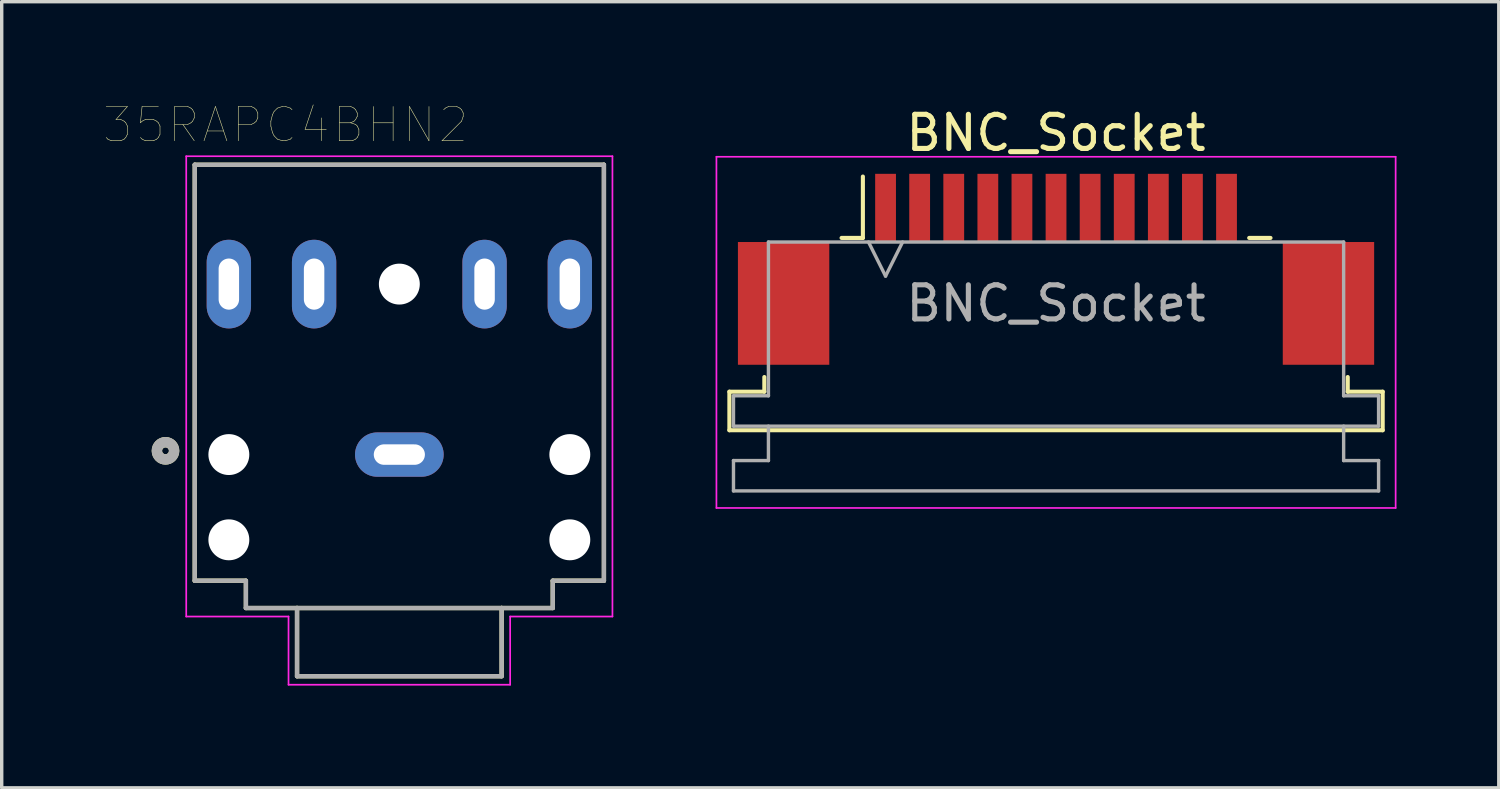
<source format=kicad_pcb>
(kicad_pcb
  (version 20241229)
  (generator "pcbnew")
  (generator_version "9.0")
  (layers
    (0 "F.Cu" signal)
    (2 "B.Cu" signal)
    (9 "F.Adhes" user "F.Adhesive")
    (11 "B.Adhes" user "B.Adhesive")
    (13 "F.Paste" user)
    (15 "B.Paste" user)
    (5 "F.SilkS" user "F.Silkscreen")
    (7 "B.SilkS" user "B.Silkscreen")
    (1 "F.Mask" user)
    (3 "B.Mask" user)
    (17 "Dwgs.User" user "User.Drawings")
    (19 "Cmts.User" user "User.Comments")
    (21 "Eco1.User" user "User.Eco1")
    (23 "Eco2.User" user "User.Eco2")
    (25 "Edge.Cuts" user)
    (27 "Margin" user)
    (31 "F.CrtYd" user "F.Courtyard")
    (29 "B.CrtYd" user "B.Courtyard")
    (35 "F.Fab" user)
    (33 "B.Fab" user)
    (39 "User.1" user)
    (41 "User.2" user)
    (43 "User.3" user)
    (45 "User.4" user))
  (footprint "BNC_Socket"
    (layer "F.Cu")
    (at 27.922 4.848)
    (property "Reference" "BNC_Socket" (at 0 -4 0) (layer "F.SilkS") (effects (font (size 1 1) (thickness 0.15))))
    (attr smd)
    (fp_line (start -9.58 3.59) (end -8.555 3.59) (stroke (width 0.12) (type solid)) (layer "F.SilkS"))
    (fp_line (start -9.58 4.72) (end -9.58 3.59) (stroke (width 0.12) (type solid)) (layer "F.SilkS"))
    (fp_line (start -8.555 3.59) (end -8.555 3.16) (stroke (width 0.12) (type solid)) (layer "F.SilkS"))
    (fp_line (start -6.29 -0.92) (end -5.665 -0.92) (stroke (width 0.12) (type solid)) (layer "F.SilkS"))
    (fp_line (start -5.665 -0.92) (end -5.665 -2.72) (stroke (width 0.12) (type solid)) (layer "F.SilkS"))
    (fp_line (start 5.665 -0.92) (end 6.29 -0.92) (stroke (width 0.12) (type solid)) (layer "F.SilkS"))
    (fp_line (start 8.555 3.16) (end 8.555 3.59) (stroke (width 0.12) (type solid)) (layer "F.SilkS"))
    (fp_line (start 8.555 3.59) (end 9.58 3.59) (stroke (width 0.12) (type solid)) (layer "F.SilkS"))
    (fp_line (start 9.58 3.59) (end 9.58 4.72) (stroke (width 0.12) (type solid)) (layer "F.SilkS"))
    (fp_line (start 9.58 4.72) (end -9.58 4.72) (stroke (width 0.12) (type solid)) (layer "F.SilkS"))
    (fp_line (start -9.96 -3.3) (end -9.96 7) (stroke (width 0.05) (type solid)) (layer "F.CrtYd"))
    (fp_line (start -9.96 7) (end 9.96 7) (stroke (width 0.05) (type solid)) (layer "F.CrtYd"))
    (fp_line (start 9.96 -3.3) (end -9.96 -3.3) (stroke (width 0.05) (type solid)) (layer "F.CrtYd"))
    (fp_line (start 9.96 7) (end 9.96 -3.3) (stroke (width 0.05) (type solid)) (layer "F.CrtYd"))
    (fp_line (start -9.46 3.71) (end -8.435 3.71) (stroke (width 0.1) (type solid)) (layer "F.Fab"))
    (fp_line (start -9.46 4.6) (end -9.46 3.71) (stroke (width 0.1) (type solid)) (layer "F.Fab"))
    (fp_line (start -9.46 5.61) (end -8.435 5.61) (stroke (width 0.1) (type solid)) (layer "F.Fab"))
    (fp_line (start -9.46 6.5) (end -9.46 5.61) (stroke (width 0.1) (type solid)) (layer "F.Fab"))
    (fp_line (start -8.435 -0.8) (end 8.435 -0.8) (stroke (width 0.1) (type solid)) (layer "F.Fab"))
    (fp_line (start -8.435 3.71) (end -8.435 -0.8) (stroke (width 0.1) (type solid)) (layer "F.Fab"))
    (fp_line (start -8.435 5.61) (end -8.435 4.6) (stroke (width 0.1) (type solid)) (layer "F.Fab"))
    (fp_line (start -5.5 -0.8) (end -5 0.2) (stroke (width 0.1) (type solid)) (layer "F.Fab"))
    (fp_line (start -5 0.2) (end -4.5 -0.8) (stroke (width 0.1) (type solid)) (layer "F.Fab"))
    (fp_line (start 8.435 -0.8) (end 8.435 3.71) (stroke (width 0.1) (type solid)) (layer "F.Fab"))
    (fp_line (start 8.435 3.71) (end 9.46 3.71) (stroke (width 0.1) (type solid)) (layer "F.Fab"))
    (fp_line (start 8.435 4.6) (end 8.435 5.61) (stroke (width 0.1) (type solid)) (layer "F.Fab"))
    (fp_line (start 8.435 5.61) (end 9.46 5.61) (stroke (width 0.1) (type solid)) (layer "F.Fab"))
    (fp_line (start 9.46 3.71) (end 9.46 4.6) (stroke (width 0.1) (type solid)) (layer "F.Fab"))
    (fp_line (start 9.46 4.6) (end -9.46 4.6) (stroke (width 0.1) (type solid)) (layer "F.Fab"))
    (fp_line (start 9.46 5.61) (end 9.46 6.5) (stroke (width 0.1) (type solid)) (layer "F.Fab"))
    (fp_line (start 9.46 6.5) (end -9.46 6.5) (stroke (width 0.1) (type solid)) (layer "F.Fab"))
    (fp_text user "${REFERENCE}" (at 0 1 0) (layer "F.Fab") (effects (font (size 1 1) (thickness 0.15))))
    (pad "" smd rect (at -7.99 1) (size 2.68 3.6) (layers "F.Cu" "F.Mask" "F.Paste"))
    (pad "" smd rect (at 7.99 1) (size 2.68 3.6) (layers "F.Cu" "F.Mask" "F.Paste"))
    (pad "1" smd rect (at -5 -1.8) (size 0.61 2) (layers "F.Cu" "F.Mask" "F.Paste"))
    (pad "2" smd rect (at -4 -1.8) (size 0.61 2) (layers "F.Cu" "F.Mask" "F.Paste"))
    (pad "3" smd rect (at -3 -1.8) (size 0.61 2) (layers "F.Cu" "F.Mask" "F.Paste"))
    (pad "4" smd rect (at -2 -1.8) (size 0.61 2) (layers "F.Cu" "F.Mask" "F.Paste"))
    (pad "5" smd rect (at -1 -1.8) (size 0.61 2) (layers "F.Cu" "F.Mask" "F.Paste"))
    (pad "6" smd rect (at 0 -1.8) (size 0.61 2) (layers "F.Cu" "F.Mask" "F.Paste"))
    (pad "7" smd rect (at 1 -1.8) (size 0.61 2) (layers "F.Cu" "F.Mask" "F.Paste"))
    (pad "8" smd rect (at 2 -1.8) (size 0.61 2) (layers "F.Cu" "F.Mask" "F.Paste"))
    (pad "9" smd rect (at 3 -1.8) (size 0.61 2) (layers "F.Cu" "F.Mask" "F.Paste"))
    (pad "10" smd rect (at 4 -1.8) (size 0.61 2) (layers "F.Cu" "F.Mask" "F.Paste"))
    (pad "11" smd rect (at 5 -1.8) (size 0.61 2) (layers "F.Cu" "F.Mask" "F.Paste")))
  (footprint "35RAPC4BHN2"
    (layer "F.Cu")
    (at 8.662 9.282)
    (property "Reference" "35RAPC4BHN2" (at -3.338 -8.668 0) (layer "F.SilkS") (effects (font (size 1.004 1.004) (thickness 0.015))))
    (attr through_hole)
    (fp_line (start -6 -7.5) (end 6 -7.5) (stroke (width 0.127) (type solid)) (layer "F.SilkS"))
    (fp_line (start -6 4.7) (end -6 -7.5) (stroke (width 0.127) (type solid)) (layer "F.SilkS"))
    (fp_line (start -4.5 4.7) (end -6 4.7) (stroke (width 0.127) (type solid)) (layer "F.SilkS"))
    (fp_line (start -4.5 5.5) (end -4.5 4.7) (stroke (width 0.127) (type solid)) (layer "F.SilkS"))
    (fp_line (start -4.5 5.5) (end -3 5.5) (stroke (width 0.127) (type solid)) (layer "F.SilkS"))
    (fp_line (start -3 5.5) (end 3 5.5) (stroke (width 0.127) (type solid)) (layer "F.SilkS"))
    (fp_line (start -3 7.5) (end -3 5.5) (stroke (width 0.127) (type solid)) (layer "F.SilkS"))
    (fp_line (start -3 7.5) (end 3 7.5) (stroke (width 0.127) (type solid)) (layer "F.SilkS"))
    (fp_line (start 3 5.5) (end 4.5 5.5) (stroke (width 0.127) (type solid)) (layer "F.SilkS"))
    (fp_line (start 3 7.5) (end 3 5.5) (stroke (width 0.127) (type solid)) (layer "F.SilkS"))
    (fp_line (start 4.5 4.7) (end 4.5 5.5) (stroke (width 0.127) (type solid)) (layer "F.SilkS"))
    (fp_line (start 6 -7.5) (end 6 4.7) (stroke (width 0.127) (type solid)) (layer "F.SilkS"))
    (fp_line (start 6 4.7) (end 4.5 4.7) (stroke (width 0.127) (type solid)) (layer "F.SilkS"))
    (fp_circle (center -6.858 0.89) (end -6.758 0.89) (stroke (width 0.305) (type solid)) (fill no) (layer "F.SilkS"))
    (fp_line (start -6.25 -7.75) (end 6.25 -7.75) (stroke (width 0.05) (type solid)) (layer "F.CrtYd"))
    (fp_line (start -6.25 5.75) (end -6.25 -7.75) (stroke (width 0.05) (type solid)) (layer "F.CrtYd"))
    (fp_line (start -3.25 5.75) (end -6.25 5.75) (stroke (width 0.05) (type solid)) (layer "F.CrtYd"))
    (fp_line (start -3.25 7.75) (end -3.25 5.75) (stroke (width 0.05) (type solid)) (layer "F.CrtYd"))
    (fp_line (start 3.25 5.75) (end 3.25 7.75) (stroke (width 0.05) (type solid)) (layer "F.CrtYd"))
    (fp_line (start 3.25 7.75) (end -3.25 7.75) (stroke (width 0.05) (type solid)) (layer "F.CrtYd"))
    (fp_line (start 6.25 -7.75) (end 6.25 5.75) (stroke (width 0.05) (type solid)) (layer "F.CrtYd"))
    (fp_line (start 6.25 5.75) (end 3.25 5.75) (stroke (width 0.05) (type solid)) (layer "F.CrtYd"))
    (fp_line (start -6 -7.5) (end 6 -7.5) (stroke (width 0.127) (type solid)) (layer "F.Fab"))
    (fp_line (start -6 4.7) (end -6 -7.5) (stroke (width 0.127) (type solid)) (layer "F.Fab"))
    (fp_line (start -4.5 4.7) (end -6 4.7) (stroke (width 0.127) (type solid)) (layer "F.Fab"))
    (fp_line (start -4.5 5.5) (end -4.5 4.7) (stroke (width 0.127) (type solid)) (layer "F.Fab"))
    (fp_line (start -4.5 5.5) (end -3 5.5) (stroke (width 0.127) (type solid)) (layer "F.Fab"))
    (fp_line (start -3 5.5) (end 3 5.5) (stroke (width 0.127) (type solid)) (layer "F.Fab"))
    (fp_line (start -3 7.5) (end -3 5.5) (stroke (width 0.127) (type solid)) (layer "F.Fab"))
    (fp_line (start -3 7.5) (end 3 7.5) (stroke (width 0.127) (type solid)) (layer "F.Fab"))
    (fp_line (start 3 5.5) (end 4.5 5.5) (stroke (width 0.127) (type solid)) (layer "F.Fab"))
    (fp_line (start 3 7.5) (end 3 5.5) (stroke (width 0.127) (type solid)) (layer "F.Fab"))
    (fp_line (start 4.5 4.7) (end 4.5 5.5) (stroke (width 0.127) (type solid)) (layer "F.Fab"))
    (fp_line (start 6 -7.5) (end 6 4.7) (stroke (width 0.127) (type solid)) (layer "F.Fab"))
    (fp_line (start 6 4.7) (end 4.5 4.7) (stroke (width 0.127) (type solid)) (layer "F.Fab"))
    (fp_circle (center -6.858 0.89) (end -6.758 0.89) (stroke (width 0.305) (type solid)) (fill no) (layer "F.Fab"))
    (pad "" np_thru_hole circle (at -5 1) (size 1.2 1.2) (drill 1.2) (layers "*.Cu" "*.Mask"))
    (pad "" np_thru_hole circle (at -5 3.5) (size 1.2 1.2) (drill 1.2) (layers "*.Cu" "*.Mask"))
    (pad "" np_thru_hole circle (at 0 -4) (size 1.2 1.2) (drill 1.2) (layers "*.Cu" "*.Mask"))
    (pad "" np_thru_hole circle (at 5 1) (size 1.2 1.2) (drill 1.2) (layers "*.Cu" "*.Mask"))
    (pad "" np_thru_hole circle (at 5 3.5) (size 1.2 1.2) (drill 1.2) (layers "*.Cu" "*.Mask"))
    (pad "1" thru_hole oval (at 0 1) (size 2.6 1.3) (drill oval 1.5 0.6) (layers "*.Cu" "*.Mask"))
    (pad "2" thru_hole oval (at 5 -4) (size 1.3 2.6) (drill oval 0.6 1.5) (layers "*.Cu" "*.Mask"))
    (pad "3" thru_hole oval (at -5 -4) (size 1.3 2.6) (drill oval 0.6 1.5) (layers "*.Cu" "*.Mask"))
    (pad "10" thru_hole oval (at 2.5 -4) (size 1.3 2.6) (drill oval 0.6 1.5) (layers "*.Cu" "*.Mask"))
    (pad "11" thru_hole oval (at -2.5 -4) (size 1.3 2.6) (drill oval 0.6 1.5) (layers "*.Cu" "*.Mask")))
  (gr_rect
    (start -3 -3)
    (end 40.907 20.057)
    (stroke (width 0.1) (type default))
    (fill no)
    (layer "Edge.Cuts")))
</source>
